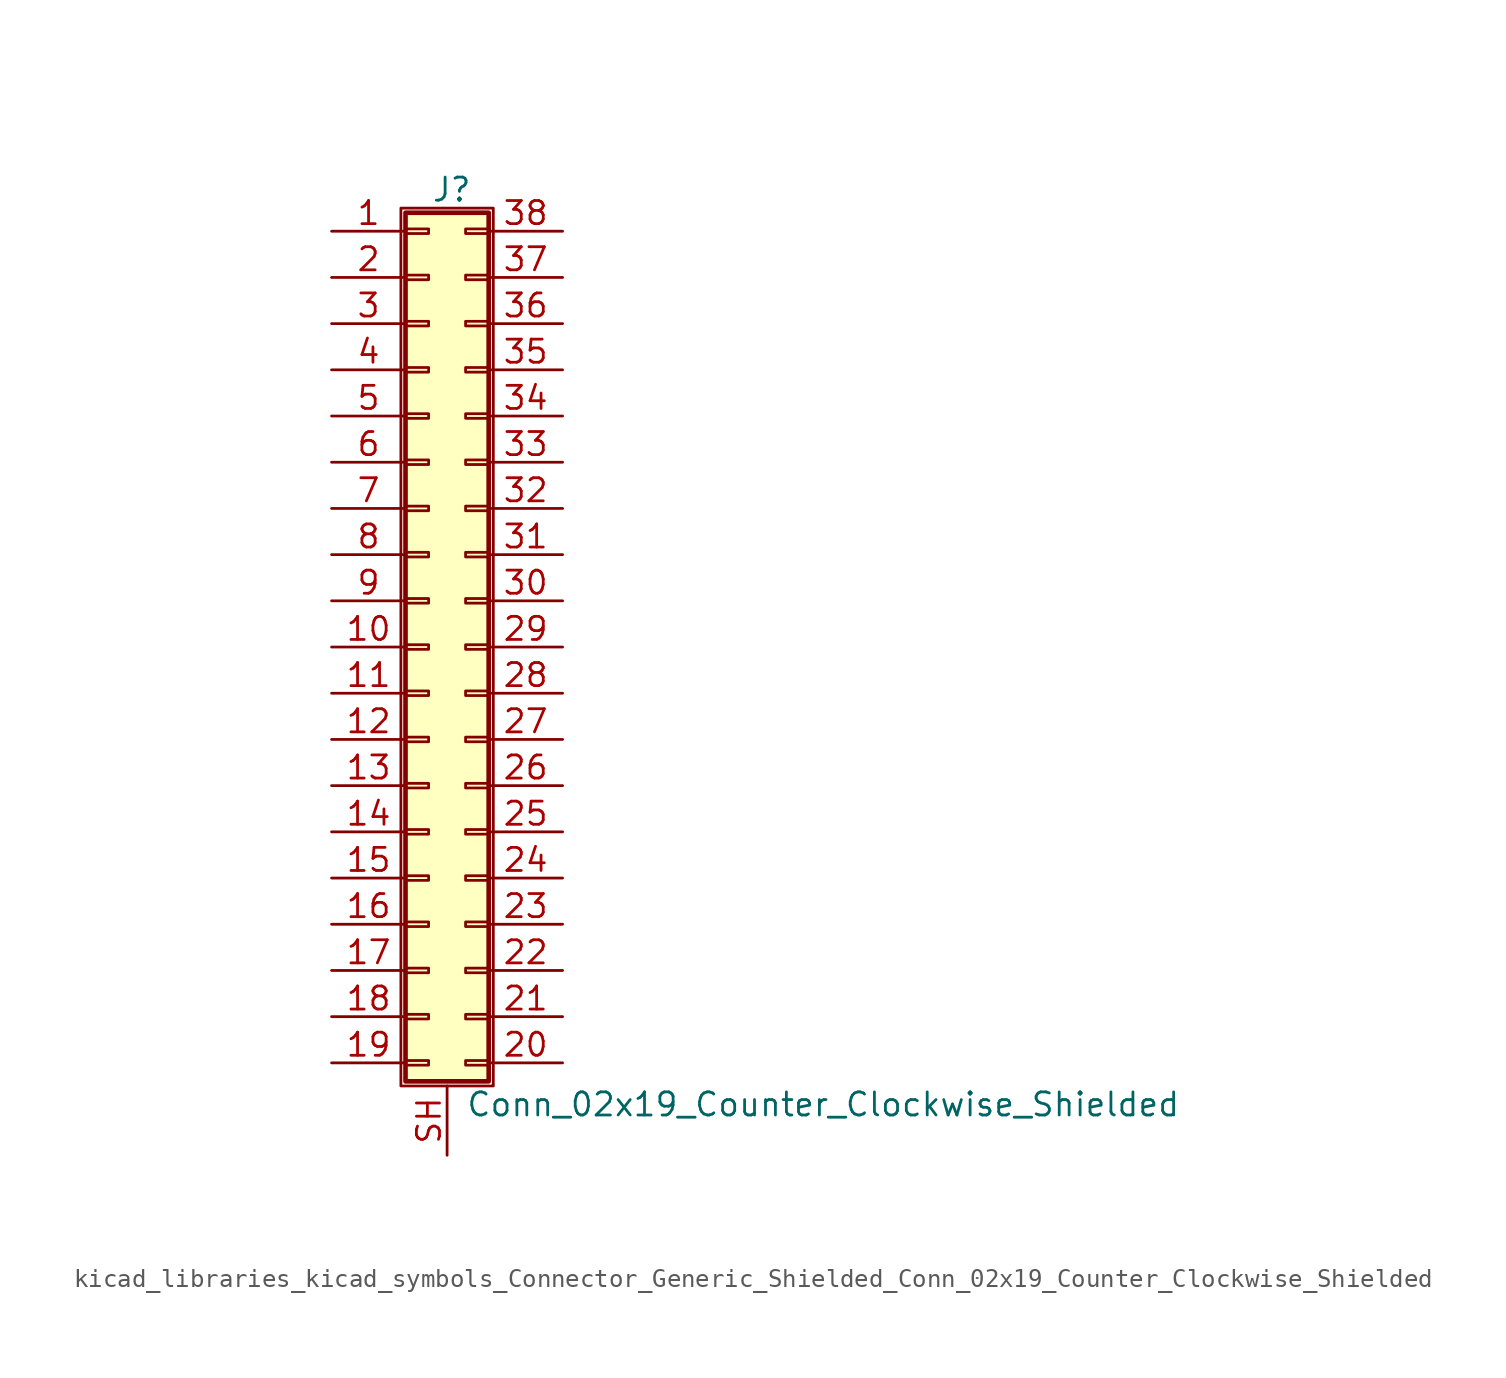
<source format=kicad_sym>
(kicad_symbol_lib
  (version 20220914)
  (generator kicad_symbol_editor)
  (symbol "kicad_libraries_kicad_symbols_Connector_Generic_Shielded_Conn_02x19_Counter_Clockwise_Shielded"
    (pin_names
      (offset 1.016) hide)
    (property "Reference" "J"
      (at 1.524 25.146 0)
      (effects (font (size 1.27 1.27))))
    (property "Value" "Conn_02x19_Counter_Clockwise_Shielded"
      (at 2.286 -25.146 0)
      (effects (font (size 1.27 1.27)) (justify left)))
    (symbol "kicad_libraries_kicad_symbols_Connector_Generic_Shielded_Conn_02x19_Counter_Clockwise_Shielded_1_1"
      (rectangle (start -1.27 24.13) (end 3.81 -24.13) (stroke (width 0.152) (type default)) (fill (type none)))
      (rectangle (start -1.016 -22.733) (end 0.254 -22.987) (stroke (width 0.152) (type default)) (fill (type none)))
      (rectangle (start -1.016 -20.193) (end 0.254 -20.447) (stroke (width 0.152) (type default)) (fill (type none)))
      (rectangle (start -1.016 -17.653) (end 0.254 -17.907) (stroke (width 0.152) (type default)) (fill (type none)))
      (rectangle (start -1.016 -15.113) (end 0.254 -15.367) (stroke (width 0.152) (type default)) (fill (type none)))
      (rectangle (start -1.016 -12.573) (end 0.254 -12.827) (stroke (width 0.152) (type default)) (fill (type none)))
      (rectangle (start -1.016 -10.033) (end 0.254 -10.287) (stroke (width 0.152) (type default)) (fill (type none)))
      (rectangle (start -1.016 -7.493) (end 0.254 -7.747) (stroke (width 0.152) (type default)) (fill (type none)))
      (rectangle (start -1.016 -4.953) (end 0.254 -5.207) (stroke (width 0.152) (type default)) (fill (type none)))
      (rectangle (start -1.016 -2.413) (end 0.254 -2.667) (stroke (width 0.152) (type default)) (fill (type none)))
      (rectangle (start -1.016 0.127) (end 0.254 -0.127) (stroke (width 0.152) (type default)) (fill (type none)))
      (rectangle (start -1.016 2.667) (end 0.254 2.413) (stroke (width 0.152) (type default)) (fill (type none)))
      (rectangle (start -1.016 5.207) (end 0.254 4.953) (stroke (width 0.152) (type default)) (fill (type none)))
      (rectangle (start -1.016 7.747) (end 0.254 7.493) (stroke (width 0.152) (type default)) (fill (type none)))
      (rectangle (start -1.016 10.287) (end 0.254 10.033) (stroke (width 0.152) (type default)) (fill (type none)))
      (rectangle (start -1.016 12.827) (end 0.254 12.573) (stroke (width 0.152) (type default)) (fill (type none)))
      (rectangle (start -1.016 15.367) (end 0.254 15.113) (stroke (width 0.152) (type default)) (fill (type none)))
      (rectangle (start -1.016 17.907) (end 0.254 17.653) (stroke (width 0.152) (type default)) (fill (type none)))
      (rectangle (start -1.016 20.447) (end 0.254 20.193) (stroke (width 0.152) (type default)) (fill (type none)))
      (rectangle (start -1.016 22.987) (end 0.254 22.733) (stroke (width 0.152) (type default)) (fill (type none)))
      (rectangle (start -1.016 23.876) (end 3.556 -23.876) (stroke (width 0.254) (type default)) (fill (type background)))
      (rectangle (start 3.556 -22.733) (end 2.286 -22.987) (stroke (width 0.152) (type default)) (fill (type none)))
      (rectangle (start 3.556 -20.193) (end 2.286 -20.447) (stroke (width 0.152) (type default)) (fill (type none)))
      (rectangle (start 3.556 -17.653) (end 2.286 -17.907) (stroke (width 0.152) (type default)) (fill (type none)))
      (rectangle (start 3.556 -15.113) (end 2.286 -15.367) (stroke (width 0.152) (type default)) (fill (type none)))
      (rectangle (start 3.556 -12.573) (end 2.286 -12.827) (stroke (width 0.152) (type default)) (fill (type none)))
      (rectangle (start 3.556 -10.033) (end 2.286 -10.287) (stroke (width 0.152) (type default)) (fill (type none)))
      (rectangle (start 3.556 -7.493) (end 2.286 -7.747) (stroke (width 0.152) (type default)) (fill (type none)))
      (rectangle (start 3.556 -4.953) (end 2.286 -5.207) (stroke (width 0.152) (type default)) (fill (type none)))
      (rectangle (start 3.556 -2.413) (end 2.286 -2.667) (stroke (width 0.152) (type default)) (fill (type none)))
      (rectangle (start 3.556 0.127) (end 2.286 -0.127) (stroke (width 0.152) (type default)) (fill (type none)))
      (rectangle (start 3.556 2.667) (end 2.286 2.413) (stroke (width 0.152) (type default)) (fill (type none)))
      (rectangle (start 3.556 5.207) (end 2.286 4.953) (stroke (width 0.152) (type default)) (fill (type none)))
      (rectangle (start 3.556 7.747) (end 2.286 7.493) (stroke (width 0.152) (type default)) (fill (type none)))
      (rectangle (start 3.556 10.287) (end 2.286 10.033) (stroke (width 0.152) (type default)) (fill (type none)))
      (rectangle (start 3.556 12.827) (end 2.286 12.573) (stroke (width 0.152) (type default)) (fill (type none)))
      (rectangle (start 3.556 15.367) (end 2.286 15.113) (stroke (width 0.152) (type default)) (fill (type none)))
      (rectangle (start 3.556 17.907) (end 2.286 17.653) (stroke (width 0.152) (type default)) (fill (type none)))
      (rectangle (start 3.556 20.447) (end 2.286 20.193) (stroke (width 0.152) (type default)) (fill (type none)))
      (rectangle (start 3.556 22.987) (end 2.286 22.733) (stroke (width 0.152) (type default)) (fill (type none)))
      (pin passive line (at -5.08 22.86 0) (length 4.064) (name "Pin_1" (effects (font (size 1.27 1.27)))) (number "1" (effects (font (size 1.27 1.27)))))
      (pin passive line (at -5.08 0 0) (length 4.064) (name "Pin_10" (effects (font (size 1.27 1.27)))) (number "10" (effects (font (size 1.27 1.27)))))
      (pin passive line (at -5.08 -2.54 0) (length 4.064) (name "Pin_11" (effects (font (size 1.27 1.27)))) (number "11" (effects (font (size 1.27 1.27)))))
      (pin passive line (at -5.08 -5.08 0) (length 4.064) (name "Pin_12" (effects (font (size 1.27 1.27)))) (number "12" (effects (font (size 1.27 1.27)))))
      (pin passive line (at -5.08 -7.62 0) (length 4.064) (name "Pin_13" (effects (font (size 1.27 1.27)))) (number "13" (effects (font (size 1.27 1.27)))))
      (pin passive line (at -5.08 -10.16 0) (length 4.064) (name "Pin_14" (effects (font (size 1.27 1.27)))) (number "14" (effects (font (size 1.27 1.27)))))
      (pin passive line (at -5.08 -12.7 0) (length 4.064) (name "Pin_15" (effects (font (size 1.27 1.27)))) (number "15" (effects (font (size 1.27 1.27)))))
      (pin passive line (at -5.08 -15.24 0) (length 4.064) (name "Pin_16" (effects (font (size 1.27 1.27)))) (number "16" (effects (font (size 1.27 1.27)))))
      (pin passive line (at -5.08 -17.78 0) (length 4.064) (name "Pin_17" (effects (font (size 1.27 1.27)))) (number "17" (effects (font (size 1.27 1.27)))))
      (pin passive line (at -5.08 -20.32 0) (length 4.064) (name "Pin_18" (effects (font (size 1.27 1.27)))) (number "18" (effects (font (size 1.27 1.27)))))
      (pin passive line (at -5.08 -22.86 0) (length 4.064) (name "Pin_19" (effects (font (size 1.27 1.27)))) (number "19" (effects (font (size 1.27 1.27)))))
      (pin passive line (at -5.08 20.32 0) (length 4.064) (name "Pin_2" (effects (font (size 1.27 1.27)))) (number "2" (effects (font (size 1.27 1.27)))))
      (pin passive line (at 7.62 -22.86 180) (length 4.064) (name "Pin_20" (effects (font (size 1.27 1.27)))) (number "20" (effects (font (size 1.27 1.27)))))
      (pin passive line (at 7.62 -20.32 180) (length 4.064) (name "Pin_21" (effects (font (size 1.27 1.27)))) (number "21" (effects (font (size 1.27 1.27)))))
      (pin passive line (at 7.62 -17.78 180) (length 4.064) (name "Pin_22" (effects (font (size 1.27 1.27)))) (number "22" (effects (font (size 1.27 1.27)))))
      (pin passive line (at 7.62 -15.24 180) (length 4.064) (name "Pin_23" (effects (font (size 1.27 1.27)))) (number "23" (effects (font (size 1.27 1.27)))))
      (pin passive line (at 7.62 -12.7 180) (length 4.064) (name "Pin_24" (effects (font (size 1.27 1.27)))) (number "24" (effects (font (size 1.27 1.27)))))
      (pin passive line (at 7.62 -10.16 180) (length 4.064) (name "Pin_25" (effects (font (size 1.27 1.27)))) (number "25" (effects (font (size 1.27 1.27)))))
      (pin passive line (at 7.62 -7.62 180) (length 4.064) (name "Pin_26" (effects (font (size 1.27 1.27)))) (number "26" (effects (font (size 1.27 1.27)))))
      (pin passive line (at 7.62 -5.08 180) (length 4.064) (name "Pin_27" (effects (font (size 1.27 1.27)))) (number "27" (effects (font (size 1.27 1.27)))))
      (pin passive line (at 7.62 -2.54 180) (length 4.064) (name "Pin_28" (effects (font (size 1.27 1.27)))) (number "28" (effects (font (size 1.27 1.27)))))
      (pin passive line (at 7.62 0 180) (length 4.064) (name "Pin_29" (effects (font (size 1.27 1.27)))) (number "29" (effects (font (size 1.27 1.27)))))
      (pin passive line (at -5.08 17.78 0) (length 4.064) (name "Pin_3" (effects (font (size 1.27 1.27)))) (number "3" (effects (font (size 1.27 1.27)))))
      (pin passive line (at 7.62 2.54 180) (length 4.064) (name "Pin_30" (effects (font (size 1.27 1.27)))) (number "30" (effects (font (size 1.27 1.27)))))
      (pin passive line (at 7.62 5.08 180) (length 4.064) (name "Pin_31" (effects (font (size 1.27 1.27)))) (number "31" (effects (font (size 1.27 1.27)))))
      (pin passive line (at 7.62 7.62 180) (length 4.064) (name "Pin_32" (effects (font (size 1.27 1.27)))) (number "32" (effects (font (size 1.27 1.27)))))
      (pin passive line (at 7.62 10.16 180) (length 4.064) (name "Pin_33" (effects (font (size 1.27 1.27)))) (number "33" (effects (font (size 1.27 1.27)))))
      (pin passive line (at 7.62 12.7 180) (length 4.064) (name "Pin_34" (effects (font (size 1.27 1.27)))) (number "34" (effects (font (size 1.27 1.27)))))
      (pin passive line (at 7.62 15.24 180) (length 4.064) (name "Pin_35" (effects (font (size 1.27 1.27)))) (number "35" (effects (font (size 1.27 1.27)))))
      (pin passive line (at 7.62 17.78 180) (length 4.064) (name "Pin_36" (effects (font (size 1.27 1.27)))) (number "36" (effects (font (size 1.27 1.27)))))
      (pin passive line (at 7.62 20.32 180) (length 4.064) (name "Pin_37" (effects (font (size 1.27 1.27)))) (number "37" (effects (font (size 1.27 1.27)))))
      (pin passive line (at 7.62 22.86 180) (length 4.064) (name "Pin_38" (effects (font (size 1.27 1.27)))) (number "38" (effects (font (size 1.27 1.27)))))
      (pin passive line (at -5.08 15.24 0) (length 4.064) (name "Pin_4" (effects (font (size 1.27 1.27)))) (number "4" (effects (font (size 1.27 1.27)))))
      (pin passive line (at -5.08 12.7 0) (length 4.064) (name "Pin_5" (effects (font (size 1.27 1.27)))) (number "5" (effects (font (size 1.27 1.27)))))
      (pin passive line (at -5.08 10.16 0) (length 4.064) (name "Pin_6" (effects (font (size 1.27 1.27)))) (number "6" (effects (font (size 1.27 1.27)))))
      (pin passive line (at -5.08 7.62 0) (length 4.064) (name "Pin_7" (effects (font (size 1.27 1.27)))) (number "7" (effects (font (size 1.27 1.27)))))
      (pin passive line (at -5.08 5.08 0) (length 4.064) (name "Pin_8" (effects (font (size 1.27 1.27)))) (number "8" (effects (font (size 1.27 1.27)))))
      (pin passive line (at -5.08 2.54 0) (length 4.064) (name "Pin_9" (effects (font (size 1.27 1.27)))) (number "9" (effects (font (size 1.27 1.27)))))
      (pin passive line (at 1.27 -27.94 90) (length 3.81) (name "Shield" (effects (font (size 1.27 1.27)))) (number "SH" (effects (font (size 1.27 1.27))))))))
</source>
